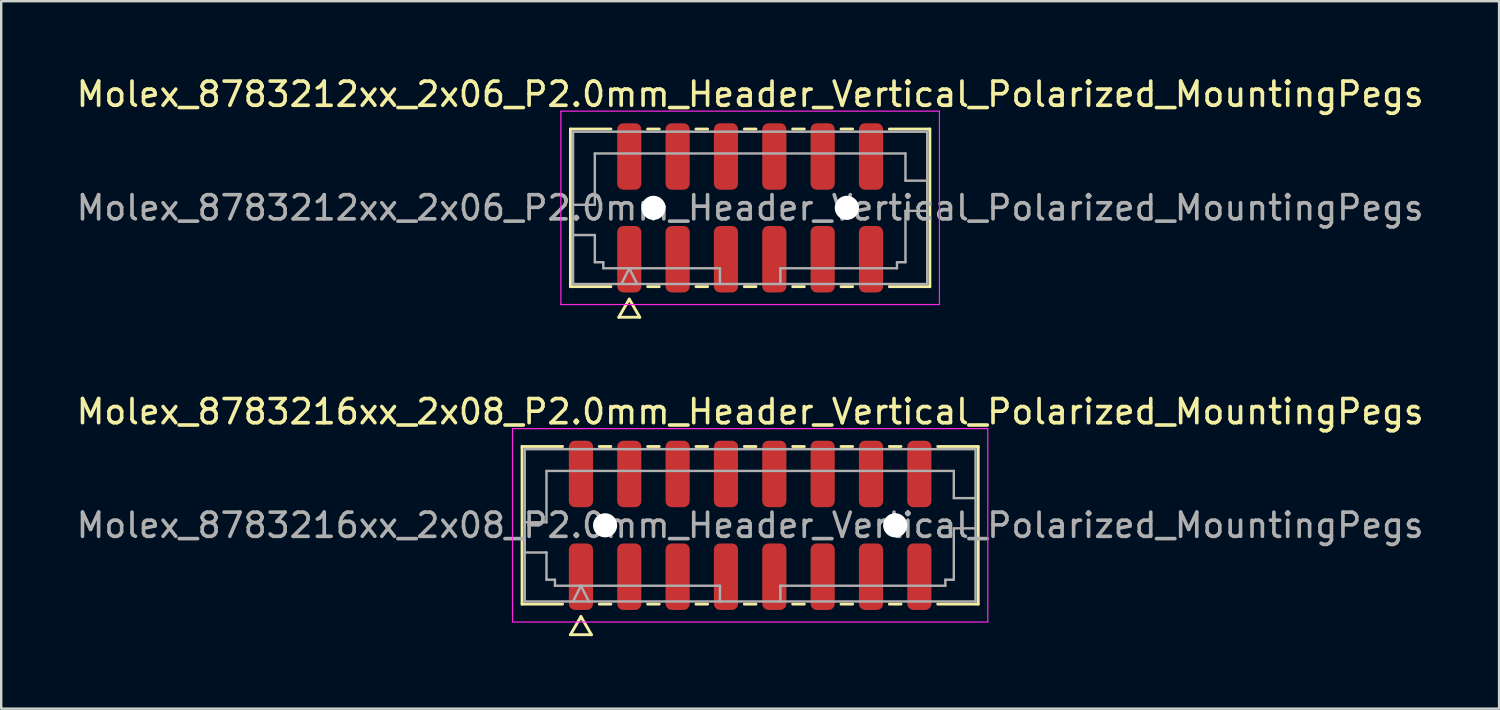
<source format=kicad_pcb>
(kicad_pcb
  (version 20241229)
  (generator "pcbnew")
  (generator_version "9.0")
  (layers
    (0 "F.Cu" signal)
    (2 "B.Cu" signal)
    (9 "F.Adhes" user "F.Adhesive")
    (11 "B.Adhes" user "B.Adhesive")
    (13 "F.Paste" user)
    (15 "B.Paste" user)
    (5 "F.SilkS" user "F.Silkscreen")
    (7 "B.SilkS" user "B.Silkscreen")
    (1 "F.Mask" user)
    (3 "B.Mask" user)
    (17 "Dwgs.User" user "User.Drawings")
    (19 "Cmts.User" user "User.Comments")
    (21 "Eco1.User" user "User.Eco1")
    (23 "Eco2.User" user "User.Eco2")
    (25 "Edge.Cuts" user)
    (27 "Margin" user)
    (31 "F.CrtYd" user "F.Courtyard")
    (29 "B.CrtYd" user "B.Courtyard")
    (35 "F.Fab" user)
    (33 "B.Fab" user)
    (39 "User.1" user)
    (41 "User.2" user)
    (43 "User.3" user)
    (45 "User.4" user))
  (footprint "Molex_8783212xx_2x06_P2.0mm_Header_Vertical_Polarized_MountingPegs"
    (layer "F.Cu")
    (at 27.982 5.548)
    (property "Reference" "Molex_8783212xx_2x06_P2.0mm_Header_Vertical_Polarized_MountingPegs" (at 0 -4.7 0) (layer "F.SilkS") (effects (font (size 1 1) (thickness 0.15))))
    (attr smd)
    (fp_line (start -7.435 -3.26) (end -5.76 -3.26) (stroke (width 0.12) (type solid)) (layer "F.SilkS"))
    (fp_line (start -7.435 3.26) (end -7.435 -3.26) (stroke (width 0.12) (type solid)) (layer "F.SilkS"))
    (fp_line (start -5.76 3.26) (end -7.435 3.26) (stroke (width 0.12) (type solid)) (layer "F.SilkS"))
    (fp_line (start -5.433 4.525) (end -5 3.775) (stroke (width 0.12) (type solid)) (layer "F.SilkS"))
    (fp_line (start -5 3.775) (end -4.567 4.525) (stroke (width 0.12) (type solid)) (layer "F.SilkS"))
    (fp_line (start -4.567 4.525) (end -5.433 4.525) (stroke (width 0.12) (type solid)) (layer "F.SilkS"))
    (fp_line (start -4.24 -3.26) (end -3.76 -3.26) (stroke (width 0.12) (type solid)) (layer "F.SilkS"))
    (fp_line (start -3.76 3.26) (end -4.24 3.26) (stroke (width 0.12) (type solid)) (layer "F.SilkS"))
    (fp_line (start -2.24 -3.26) (end -1.76 -3.26) (stroke (width 0.12) (type solid)) (layer "F.SilkS"))
    (fp_line (start -1.76 3.26) (end -2.24 3.26) (stroke (width 0.12) (type solid)) (layer "F.SilkS"))
    (fp_line (start -0.24 -3.26) (end 0.24 -3.26) (stroke (width 0.12) (type solid)) (layer "F.SilkS"))
    (fp_line (start 0.24 3.26) (end -0.24 3.26) (stroke (width 0.12) (type solid)) (layer "F.SilkS"))
    (fp_line (start 1.76 -3.26) (end 2.24 -3.26) (stroke (width 0.12) (type solid)) (layer "F.SilkS"))
    (fp_line (start 2.24 3.26) (end 1.76 3.26) (stroke (width 0.12) (type solid)) (layer "F.SilkS"))
    (fp_line (start 3.76 -3.26) (end 4.24 -3.26) (stroke (width 0.12) (type solid)) (layer "F.SilkS"))
    (fp_line (start 4.24 3.26) (end 3.76 3.26) (stroke (width 0.12) (type solid)) (layer "F.SilkS"))
    (fp_line (start 5.76 -3.26) (end 7.435 -3.26) (stroke (width 0.12) (type solid)) (layer "F.SilkS"))
    (fp_line (start 7.435 -3.26) (end 7.435 3.26) (stroke (width 0.12) (type solid)) (layer "F.SilkS"))
    (fp_line (start 7.435 3.26) (end 5.76 3.26) (stroke (width 0.12) (type solid)) (layer "F.SilkS"))
    (fp_line (start -7.83 -4) (end -7.83 4) (stroke (width 0.05) (type solid)) (layer "F.CrtYd"))
    (fp_line (start -7.83 4) (end 7.83 4) (stroke (width 0.05) (type solid)) (layer "F.CrtYd"))
    (fp_line (start 7.83 -4) (end -7.83 -4) (stroke (width 0.05) (type solid)) (layer "F.CrtYd"))
    (fp_line (start 7.83 4) (end 7.83 -4) (stroke (width 0.05) (type solid)) (layer "F.CrtYd"))
    (fp_line (start -7.325 -3.15) (end 7.325 -3.15) (stroke (width 0.1) (type solid)) (layer "F.Fab"))
    (fp_line (start -7.325 -0.125) (end -6.425 -0.125) (stroke (width 0.1) (type solid)) (layer "F.Fab"))
    (fp_line (start -7.325 1.125) (end -6.425 1.125) (stroke (width 0.1) (type solid)) (layer "F.Fab"))
    (fp_line (start -7.325 3.15) (end -7.325 -3.15) (stroke (width 0.1) (type solid)) (layer "F.Fab"))
    (fp_line (start -6.425 -2.25) (end 6.425 -2.25) (stroke (width 0.1) (type solid)) (layer "F.Fab"))
    (fp_line (start -6.425 -0.125) (end -6.425 -2.25) (stroke (width 0.1) (type solid)) (layer "F.Fab"))
    (fp_line (start -6.425 1.125) (end -6.425 2.25) (stroke (width 0.1) (type solid)) (layer "F.Fab"))
    (fp_line (start -6.425 2.25) (end -6.075 2.25) (stroke (width 0.1) (type solid)) (layer "F.Fab"))
    (fp_line (start -6.075 2.25) (end -6.075 2.5) (stroke (width 0.1) (type solid)) (layer "F.Fab"))
    (fp_line (start -6.075 2.5) (end -1.25 2.5) (stroke (width 0.1) (type solid)) (layer "F.Fab"))
    (fp_line (start -5.325 3.15) (end -5 2.5) (stroke (width 0.1) (type solid)) (layer "F.Fab"))
    (fp_line (start -5 2.5) (end -4.675 3.15) (stroke (width 0.1) (type solid)) (layer "F.Fab"))
    (fp_line (start -1.25 2.5) (end -1.25 3.15) (stroke (width 0.1) (type solid)) (layer "F.Fab"))
    (fp_line (start 1.25 2.5) (end 1.25 3.15) (stroke (width 0.1) (type solid)) (layer "F.Fab"))
    (fp_line (start 1.25 2.5) (end 6.075 2.5) (stroke (width 0.1) (type solid)) (layer "F.Fab"))
    (fp_line (start 6.075 2.25) (end 6.425 2.25) (stroke (width 0.1) (type solid)) (layer "F.Fab"))
    (fp_line (start 6.075 2.5) (end 6.075 2.25) (stroke (width 0.1) (type solid)) (layer "F.Fab"))
    (fp_line (start 6.425 -2.25) (end 6.425 -1.125) (stroke (width 0.1) (type solid)) (layer "F.Fab"))
    (fp_line (start 6.425 -1.125) (end 7.325 -1.125) (stroke (width 0.1) (type solid)) (layer "F.Fab"))
    (fp_line (start 6.425 0.125) (end 7.325 0.125) (stroke (width 0.1) (type solid)) (layer "F.Fab"))
    (fp_line (start 6.425 2.25) (end 6.425 0.125) (stroke (width 0.1) (type solid)) (layer "F.Fab"))
    (fp_line (start 7.325 -3.15) (end 7.325 3.15) (stroke (width 0.1) (type solid)) (layer "F.Fab"))
    (fp_line (start 7.325 3.15) (end -7.325 3.15) (stroke (width 0.1) (type solid)) (layer "F.Fab"))
    (fp_text user "${REFERENCE}" (at 0 0 0) (layer "F.Fab") (effects (font (size 1 1) (thickness 0.15))))
    (pad "" np_thru_hole circle (at -4 0) (size 1 1) (drill 1) (layers "*.Cu" "*.Mask"))
    (pad "" np_thru_hole circle (at 4 0) (size 1 1) (drill 1) (layers "*.Cu" "*.Mask"))
    (pad "1" smd roundrect (at -5 2.125) (size 1 2.75) (layers "F.Cu" "F.Mask" "F.Paste") (roundrect_rratio 0.25))
    (pad "2" smd roundrect (at -5 -2.125) (size 1 2.75) (layers "F.Cu" "F.Mask" "F.Paste") (roundrect_rratio 0.25))
    (pad "3" smd roundrect (at -3 2.125) (size 1 2.75) (layers "F.Cu" "F.Mask" "F.Paste") (roundrect_rratio 0.25))
    (pad "4" smd roundrect (at -3 -2.125) (size 1 2.75) (layers "F.Cu" "F.Mask" "F.Paste") (roundrect_rratio 0.25))
    (pad "5" smd roundrect (at -1 2.125) (size 1 2.75) (layers "F.Cu" "F.Mask" "F.Paste") (roundrect_rratio 0.25))
    (pad "6" smd roundrect (at -1 -2.125) (size 1 2.75) (layers "F.Cu" "F.Mask" "F.Paste") (roundrect_rratio 0.25))
    (pad "7" smd roundrect (at 1 2.125) (size 1 2.75) (layers "F.Cu" "F.Mask" "F.Paste") (roundrect_rratio 0.25))
    (pad "8" smd roundrect (at 1 -2.125) (size 1 2.75) (layers "F.Cu" "F.Mask" "F.Paste") (roundrect_rratio 0.25))
    (pad "9" smd roundrect (at 3 2.125) (size 1 2.75) (layers "F.Cu" "F.Mask" "F.Paste") (roundrect_rratio 0.25))
    (pad "10" smd roundrect (at 3 -2.125) (size 1 2.75) (layers "F.Cu" "F.Mask" "F.Paste") (roundrect_rratio 0.25))
    (pad "11" smd roundrect (at 5 2.125) (size 1 2.75) (layers "F.Cu" "F.Mask" "F.Paste") (roundrect_rratio 0.25))
    (pad "12" smd roundrect (at 5 -2.125) (size 1 2.75) (layers "F.Cu" "F.Mask" "F.Paste") (roundrect_rratio 0.25)))
  (footprint "Molex_8783216xx_2x08_P2.0mm_Header_Vertical_Polarized_MountingPegs"
    (layer "F.Cu")
    (at 27.982 18.681)
    (property "Reference" "Molex_8783216xx_2x08_P2.0mm_Header_Vertical_Polarized_MountingPegs" (at 0 -4.7 0) (layer "F.SilkS") (effects (font (size 1 1) (thickness 0.15))))
    (attr smd)
    (fp_line (start -9.435 -3.26) (end -7.76 -3.26) (stroke (width 0.12) (type solid)) (layer "F.SilkS"))
    (fp_line (start -9.435 3.26) (end -9.435 -3.26) (stroke (width 0.12) (type solid)) (layer "F.SilkS"))
    (fp_line (start -7.76 3.26) (end -9.435 3.26) (stroke (width 0.12) (type solid)) (layer "F.SilkS"))
    (fp_line (start -7.433 4.525) (end -7 3.775) (stroke (width 0.12) (type solid)) (layer "F.SilkS"))
    (fp_line (start -7 3.775) (end -6.567 4.525) (stroke (width 0.12) (type solid)) (layer "F.SilkS"))
    (fp_line (start -6.567 4.525) (end -7.433 4.525) (stroke (width 0.12) (type solid)) (layer "F.SilkS"))
    (fp_line (start -6.24 -3.26) (end -5.76 -3.26) (stroke (width 0.12) (type solid)) (layer "F.SilkS"))
    (fp_line (start -5.76 3.26) (end -6.24 3.26) (stroke (width 0.12) (type solid)) (layer "F.SilkS"))
    (fp_line (start -4.24 -3.26) (end -3.76 -3.26) (stroke (width 0.12) (type solid)) (layer "F.SilkS"))
    (fp_line (start -3.76 3.26) (end -4.24 3.26) (stroke (width 0.12) (type solid)) (layer "F.SilkS"))
    (fp_line (start -2.24 -3.26) (end -1.76 -3.26) (stroke (width 0.12) (type solid)) (layer "F.SilkS"))
    (fp_line (start -1.76 3.26) (end -2.24 3.26) (stroke (width 0.12) (type solid)) (layer "F.SilkS"))
    (fp_line (start -0.24 -3.26) (end 0.24 -3.26) (stroke (width 0.12) (type solid)) (layer "F.SilkS"))
    (fp_line (start 0.24 3.26) (end -0.24 3.26) (stroke (width 0.12) (type solid)) (layer "F.SilkS"))
    (fp_line (start 1.76 -3.26) (end 2.24 -3.26) (stroke (width 0.12) (type solid)) (layer "F.SilkS"))
    (fp_line (start 2.24 3.26) (end 1.76 3.26) (stroke (width 0.12) (type solid)) (layer "F.SilkS"))
    (fp_line (start 3.76 -3.26) (end 4.24 -3.26) (stroke (width 0.12) (type solid)) (layer "F.SilkS"))
    (fp_line (start 4.24 3.26) (end 3.76 3.26) (stroke (width 0.12) (type solid)) (layer "F.SilkS"))
    (fp_line (start 5.76 -3.26) (end 6.24 -3.26) (stroke (width 0.12) (type solid)) (layer "F.SilkS"))
    (fp_line (start 6.24 3.26) (end 5.76 3.26) (stroke (width 0.12) (type solid)) (layer "F.SilkS"))
    (fp_line (start 7.76 -3.26) (end 9.435 -3.26) (stroke (width 0.12) (type solid)) (layer "F.SilkS"))
    (fp_line (start 9.435 -3.26) (end 9.435 3.26) (stroke (width 0.12) (type solid)) (layer "F.SilkS"))
    (fp_line (start 9.435 3.26) (end 7.76 3.26) (stroke (width 0.12) (type solid)) (layer "F.SilkS"))
    (fp_line (start -9.83 -4) (end -9.83 4) (stroke (width 0.05) (type solid)) (layer "F.CrtYd"))
    (fp_line (start -9.83 4) (end 9.83 4) (stroke (width 0.05) (type solid)) (layer "F.CrtYd"))
    (fp_line (start 9.83 -4) (end -9.83 -4) (stroke (width 0.05) (type solid)) (layer "F.CrtYd"))
    (fp_line (start 9.83 4) (end 9.83 -4) (stroke (width 0.05) (type solid)) (layer "F.CrtYd"))
    (fp_line (start -9.325 -3.15) (end 9.325 -3.15) (stroke (width 0.1) (type solid)) (layer "F.Fab"))
    (fp_line (start -9.325 -0.125) (end -8.425 -0.125) (stroke (width 0.1) (type solid)) (layer "F.Fab"))
    (fp_line (start -9.325 1.125) (end -8.425 1.125) (stroke (width 0.1) (type solid)) (layer "F.Fab"))
    (fp_line (start -9.325 3.15) (end -9.325 -3.15) (stroke (width 0.1) (type solid)) (layer "F.Fab"))
    (fp_line (start -8.425 -2.25) (end 8.425 -2.25) (stroke (width 0.1) (type solid)) (layer "F.Fab"))
    (fp_line (start -8.425 -0.125) (end -8.425 -2.25) (stroke (width 0.1) (type solid)) (layer "F.Fab"))
    (fp_line (start -8.425 1.125) (end -8.425 2.25) (stroke (width 0.1) (type solid)) (layer "F.Fab"))
    (fp_line (start -8.425 2.25) (end -8.075 2.25) (stroke (width 0.1) (type solid)) (layer "F.Fab"))
    (fp_line (start -8.075 2.25) (end -8.075 2.5) (stroke (width 0.1) (type solid)) (layer "F.Fab"))
    (fp_line (start -8.075 2.5) (end -1.25 2.5) (stroke (width 0.1) (type solid)) (layer "F.Fab"))
    (fp_line (start -7.325 3.15) (end -7 2.5) (stroke (width 0.1) (type solid)) (layer "F.Fab"))
    (fp_line (start -7 2.5) (end -6.675 3.15) (stroke (width 0.1) (type solid)) (layer "F.Fab"))
    (fp_line (start -1.25 2.5) (end -1.25 3.15) (stroke (width 0.1) (type solid)) (layer "F.Fab"))
    (fp_line (start 1.25 2.5) (end 1.25 3.15) (stroke (width 0.1) (type solid)) (layer "F.Fab"))
    (fp_line (start 1.25 2.5) (end 8.075 2.5) (stroke (width 0.1) (type solid)) (layer "F.Fab"))
    (fp_line (start 8.075 2.25) (end 8.425 2.25) (stroke (width 0.1) (type solid)) (layer "F.Fab"))
    (fp_line (start 8.075 2.5) (end 8.075 2.25) (stroke (width 0.1) (type solid)) (layer "F.Fab"))
    (fp_line (start 8.425 -2.25) (end 8.425 -1.125) (stroke (width 0.1) (type solid)) (layer "F.Fab"))
    (fp_line (start 8.425 -1.125) (end 9.325 -1.125) (stroke (width 0.1) (type solid)) (layer "F.Fab"))
    (fp_line (start 8.425 0.125) (end 9.325 0.125) (stroke (width 0.1) (type solid)) (layer "F.Fab"))
    (fp_line (start 8.425 2.25) (end 8.425 0.125) (stroke (width 0.1) (type solid)) (layer "F.Fab"))
    (fp_line (start 9.325 -3.15) (end 9.325 3.15) (stroke (width 0.1) (type solid)) (layer "F.Fab"))
    (fp_line (start 9.325 3.15) (end -9.325 3.15) (stroke (width 0.1) (type solid)) (layer "F.Fab"))
    (fp_text user "${REFERENCE}" (at 0 0 0) (layer "F.Fab") (effects (font (size 1 1) (thickness 0.15))))
    (pad "" np_thru_hole circle (at -6 0) (size 1 1) (drill 1) (layers "*.Cu" "*.Mask"))
    (pad "" np_thru_hole circle (at 6 0) (size 1 1) (drill 1) (layers "*.Cu" "*.Mask"))
    (pad "1" smd roundrect (at -7 2.125) (size 1 2.75) (layers "F.Cu" "F.Mask" "F.Paste") (roundrect_rratio 0.25))
    (pad "2" smd roundrect (at -7 -2.125) (size 1 2.75) (layers "F.Cu" "F.Mask" "F.Paste") (roundrect_rratio 0.25))
    (pad "3" smd roundrect (at -5 2.125) (size 1 2.75) (layers "F.Cu" "F.Mask" "F.Paste") (roundrect_rratio 0.25))
    (pad "4" smd roundrect (at -5 -2.125) (size 1 2.75) (layers "F.Cu" "F.Mask" "F.Paste") (roundrect_rratio 0.25))
    (pad "5" smd roundrect (at -3 2.125) (size 1 2.75) (layers "F.Cu" "F.Mask" "F.Paste") (roundrect_rratio 0.25))
    (pad "6" smd roundrect (at -3 -2.125) (size 1 2.75) (layers "F.Cu" "F.Mask" "F.Paste") (roundrect_rratio 0.25))
    (pad "7" smd roundrect (at -1 2.125) (size 1 2.75) (layers "F.Cu" "F.Mask" "F.Paste") (roundrect_rratio 0.25))
    (pad "8" smd roundrect (at -1 -2.125) (size 1 2.75) (layers "F.Cu" "F.Mask" "F.Paste") (roundrect_rratio 0.25))
    (pad "9" smd roundrect (at 1 2.125) (size 1 2.75) (layers "F.Cu" "F.Mask" "F.Paste") (roundrect_rratio 0.25))
    (pad "10" smd roundrect (at 1 -2.125) (size 1 2.75) (layers "F.Cu" "F.Mask" "F.Paste") (roundrect_rratio 0.25))
    (pad "11" smd roundrect (at 3 2.125) (size 1 2.75) (layers "F.Cu" "F.Mask" "F.Paste") (roundrect_rratio 0.25))
    (pad "12" smd roundrect (at 3 -2.125) (size 1 2.75) (layers "F.Cu" "F.Mask" "F.Paste") (roundrect_rratio 0.25))
    (pad "13" smd roundrect (at 5 2.125) (size 1 2.75) (layers "F.Cu" "F.Mask" "F.Paste") (roundrect_rratio 0.25))
    (pad "14" smd roundrect (at 5 -2.125) (size 1 2.75) (layers "F.Cu" "F.Mask" "F.Paste") (roundrect_rratio 0.25))
    (pad "15" smd roundrect (at 7 2.125) (size 1 2.75) (layers "F.Cu" "F.Mask" "F.Paste") (roundrect_rratio 0.25))
    (pad "16" smd roundrect (at 7 -2.125) (size 1 2.75) (layers "F.Cu" "F.Mask" "F.Paste") (roundrect_rratio 0.25)))
  (gr_rect
    (start -3 -3)
    (end 58.964 26.267)
    (stroke (width 0.1) (type default))
    (fill no)
    (layer "Edge.Cuts")))
</source>
